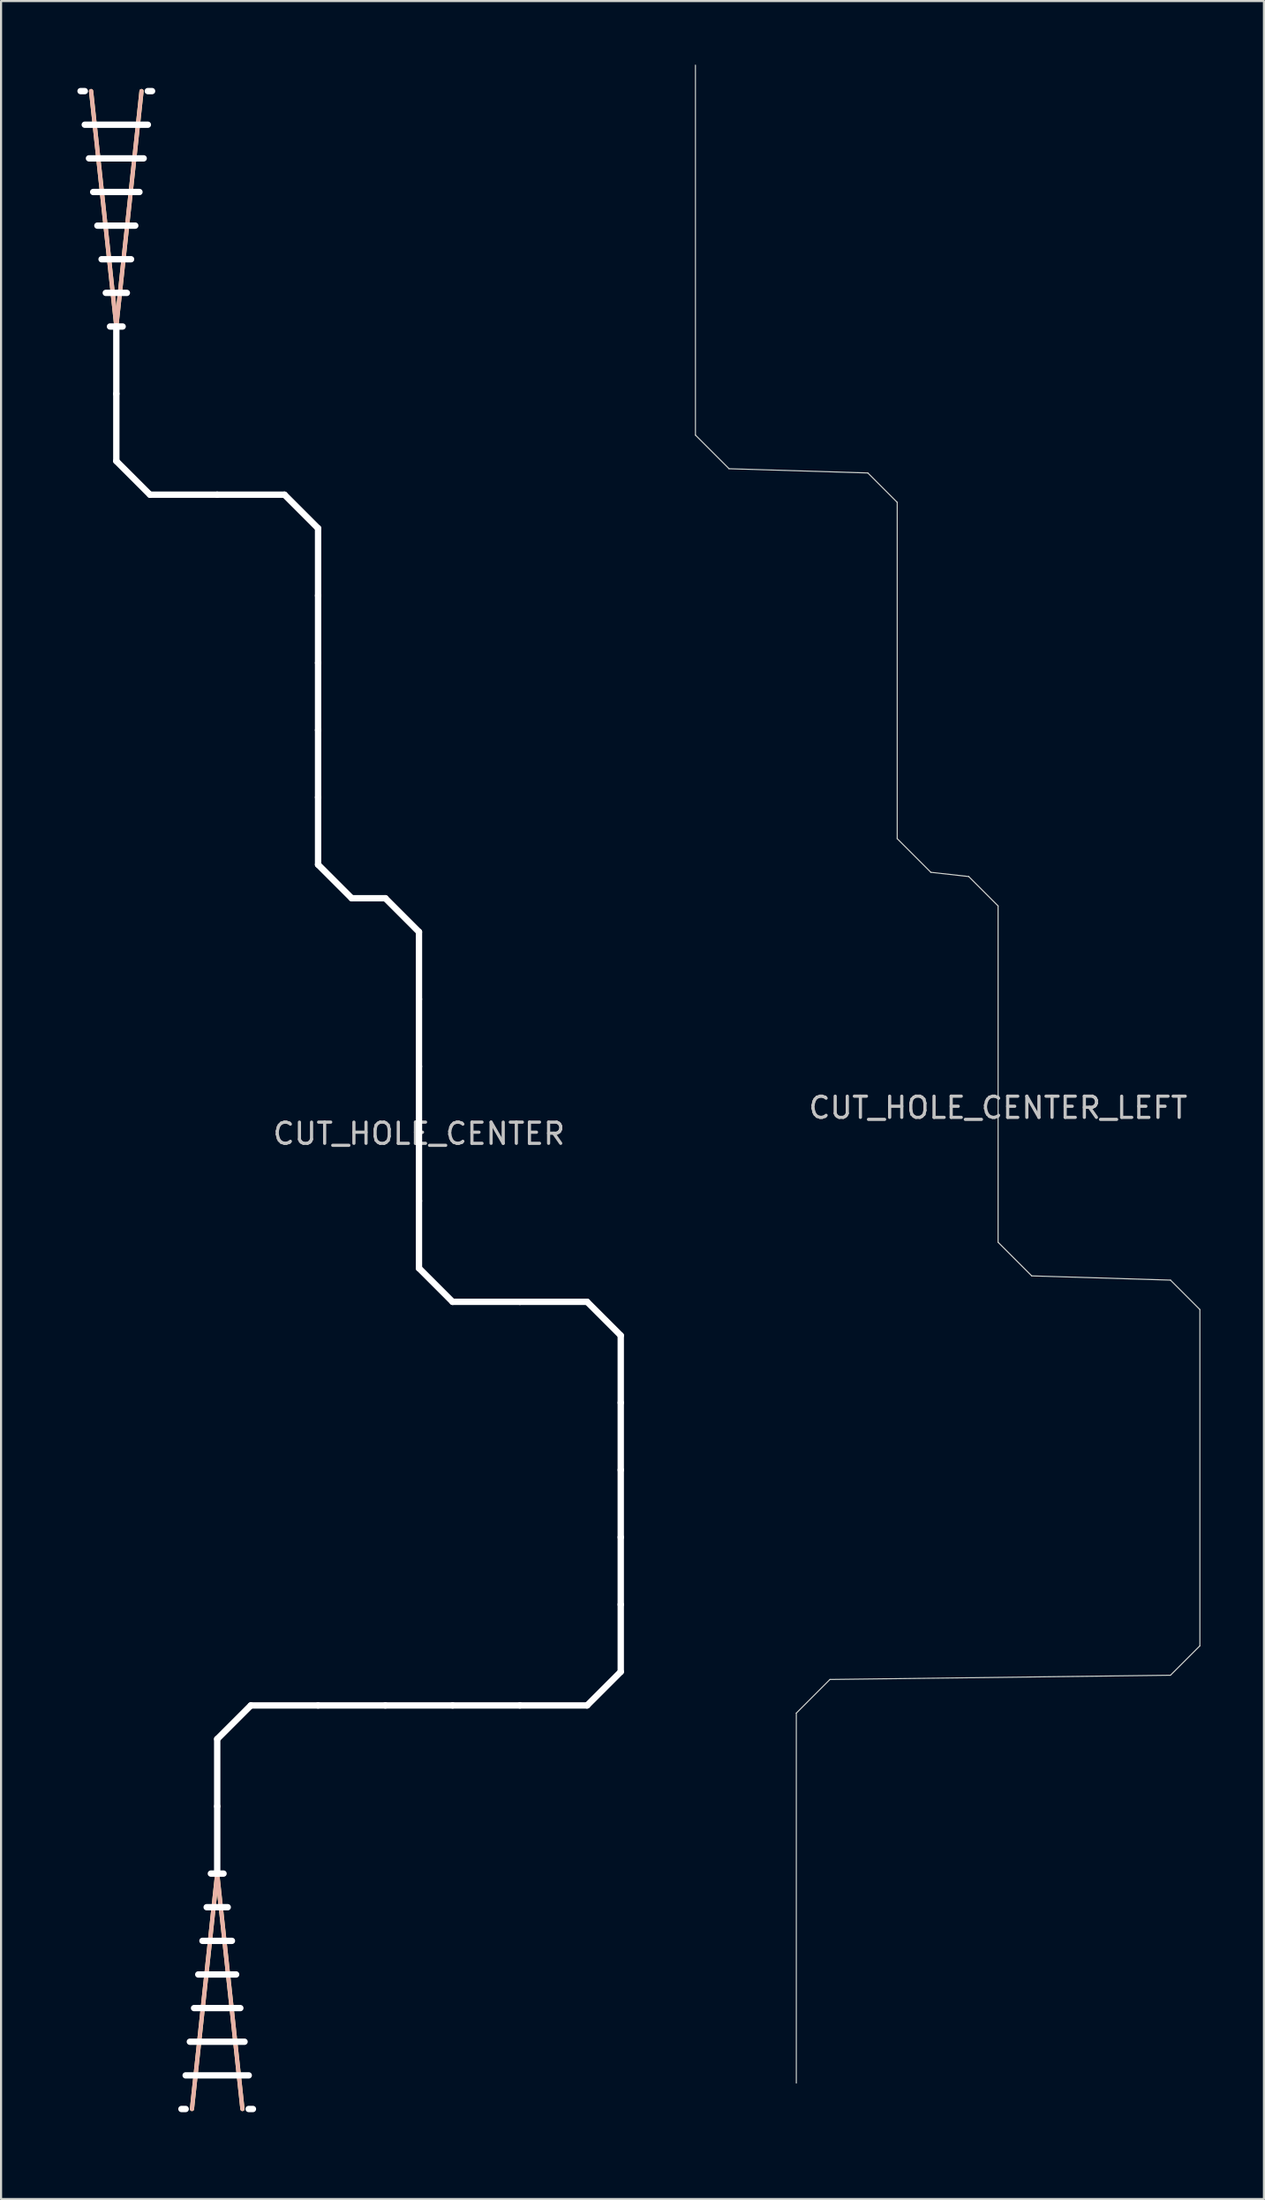
<source format=kicad_pcb>
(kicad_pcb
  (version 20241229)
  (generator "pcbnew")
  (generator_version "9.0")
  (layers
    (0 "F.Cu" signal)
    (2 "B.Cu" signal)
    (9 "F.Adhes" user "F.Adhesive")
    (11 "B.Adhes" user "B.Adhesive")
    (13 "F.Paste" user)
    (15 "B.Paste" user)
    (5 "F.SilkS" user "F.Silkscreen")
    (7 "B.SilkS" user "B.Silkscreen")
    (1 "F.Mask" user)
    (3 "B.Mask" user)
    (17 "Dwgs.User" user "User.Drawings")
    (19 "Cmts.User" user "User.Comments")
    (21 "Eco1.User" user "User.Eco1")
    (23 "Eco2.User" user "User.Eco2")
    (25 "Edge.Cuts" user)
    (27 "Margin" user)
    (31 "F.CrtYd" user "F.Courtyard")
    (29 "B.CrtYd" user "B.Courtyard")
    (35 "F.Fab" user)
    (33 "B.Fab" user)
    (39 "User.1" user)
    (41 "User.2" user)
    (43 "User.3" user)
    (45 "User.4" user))
  (footprint "CUT_HOLE_CENTER_LEFT"
    (layer "F.Cu")
    (at 44.066 47.65)
    (property "Reference" "CUT_HOLE_CENTER_LEFT" (at 0 1.587 0) (layer "Dwgs.User") (effects (font (size 1 1) (thickness 0.15))))
    (attr through_hole)
    (fp_line (start -14.287 -47.625) (end -14.287 -30.163) (stroke (width 0.05) (type solid)) (layer "Edge.Cuts"))
    (fp_line (start -14.287 -30.163) (end -12.7 -28.575) (stroke (width 0.05) (type solid)) (layer "Edge.Cuts"))
    (fp_line (start -12.7 -28.575) (end -6.149 -28.375) (stroke (width 0.05) (type solid)) (layer "Edge.Cuts"))
    (fp_line (start -9.525 30.163) (end -9.525 47.625) (stroke (width 0.05) (type solid)) (layer "Edge.Cuts"))
    (fp_line (start -9.525 30.163) (end -7.938 28.575) (stroke (width 0.05) (type solid)) (layer "Edge.Cuts"))
    (fp_line (start -6.149 -28.375) (end -4.763 -26.988) (stroke (width 0.05) (type solid)) (layer "Edge.Cuts"))
    (fp_line (start -4.763 -26.988) (end -4.763 -11.113) (stroke (width 0.05) (type solid)) (layer "Edge.Cuts"))
    (fp_line (start -4.763 -11.113) (end -3.175 -9.525) (stroke (width 0.05) (type solid)) (layer "Edge.Cuts"))
    (fp_line (start -3.175 -9.525) (end -1.387 -9.325) (stroke (width 0.05) (type solid)) (layer "Edge.Cuts"))
    (fp_line (start -1.387 -9.325) (end 0 -7.938) (stroke (width 0.05) (type solid)) (layer "Edge.Cuts"))
    (fp_line (start 0 -7.938) (end 0 7.938) (stroke (width 0.05) (type solid)) (layer "Edge.Cuts"))
    (fp_line (start 0 7.938) (end 1.587 9.525) (stroke (width 0.05) (type solid)) (layer "Edge.Cuts"))
    (fp_line (start 1.587 9.525) (end 8.138 9.725) (stroke (width 0.05) (type solid)) (layer "Edge.Cuts"))
    (fp_line (start 8.137 28.375) (end -7.938 28.575) (stroke (width 0.05) (type solid)) (layer "Edge.Cuts"))
    (fp_line (start 8.137 28.375) (end 9.525 26.988) (stroke (width 0.05) (type solid)) (layer "Edge.Cuts"))
    (fp_line (start 8.138 9.725) (end 9.525 11.113) (stroke (width 0.05) (type solid)) (layer "Edge.Cuts"))
    (fp_line (start 9.525 11.113) (end 9.525 26.988) (stroke (width 0.05) (type solid)) (layer "Edge.Cuts")))
  (footprint "CUT_HOLE_CENTER"
    (layer "F.Cu")
    (at 16.728 48.875)
    (property "Reference" "CUT_HOLE_CENTER" (at 0 1.587 0) (layer "Dwgs.User") (effects (font (size 1 1) (thickness 0.15))))
    (attr through_hole)
    (fp_line (start -14.287 -36.513) (end -15.478 -47.625) (stroke (width 0.2) (type solid)) (layer "F.SilkS"))
    (fp_line (start -14.287 -36.513) (end -13.097 -47.625) (stroke (width 0.2) (type solid)) (layer "F.SilkS"))
    (fp_line (start -9.525 36.513) (end -10.716 47.625) (stroke (width 0.2) (type solid)) (layer "F.SilkS"))
    (fp_line (start -9.525 36.513) (end -8.334 47.625) (stroke (width 0.2) (type solid)) (layer "F.SilkS"))
    (fp_line (start -14.287 -36.513) (end -15.478 -47.625) (stroke (width 0.2) (type solid)) (layer "B.SilkS"))
    (fp_line (start -14.287 -36.513) (end -13.097 -47.625) (stroke (width 0.2) (type solid)) (layer "B.SilkS"))
    (fp_line (start -9.525 36.513) (end -10.716 47.625) (stroke (width 0.2) (type solid)) (layer "B.SilkS"))
    (fp_line (start -9.525 36.513) (end -8.334 47.625) (stroke (width 0.2) (type solid)) (layer "B.SilkS"))
    (fp_line (start -14.287 -36.513) (end -15.478 -47.625) (stroke (width 2.5) (type solid)) (layer "Margin"))
    (fp_line (start -14.287 -36.513) (end -14.287 -30.163) (stroke (width 1) (type solid)) (layer "Margin"))
    (fp_line (start -14.287 -36.513) (end -13.097 -47.625) (stroke (width 2.5) (type solid)) (layer "Margin"))
    (fp_line (start -12.7 -28.575) (end -14.287 -30.163) (stroke (width 1) (type solid)) (layer "Margin"))
    (fp_line (start -9.525 30.163) (end -9.525 36.513) (stroke (width 1) (type solid)) (layer "Margin"))
    (fp_line (start -9.525 30.163) (end -7.938 28.575) (stroke (width 1) (type solid)) (layer "Margin"))
    (fp_line (start -9.525 36.513) (end -10.716 47.625) (stroke (width 2.5) (type solid)) (layer "Margin"))
    (fp_line (start -9.525 36.513) (end -8.334 47.625) (stroke (width 2.5) (type solid)) (layer "Margin"))
    (fp_line (start -6.35 -28.575) (end -12.7 -28.575) (stroke (width 1) (type solid)) (layer "Margin"))
    (fp_line (start -4.763 -26.988) (end -6.35 -28.575) (stroke (width 1) (type solid)) (layer "Margin"))
    (fp_line (start -4.763 -26.988) (end -4.763 -11.113) (stroke (width 1) (type solid)) (layer "Margin"))
    (fp_line (start -3.175 -9.525) (end -4.763 -11.113) (stroke (width 1) (type solid)) (layer "Margin"))
    (fp_line (start -3.175 -9.525) (end -1.587 -9.525) (stroke (width 1) (type solid)) (layer "Margin"))
    (fp_line (start 0 -7.938) (end -1.587 -9.525) (stroke (width 1) (type solid)) (layer "Margin"))
    (fp_line (start 0 -7.938) (end 0 7.938) (stroke (width 1) (type solid)) (layer "Margin"))
    (fp_line (start 1.587 9.525) (end 0 7.938) (stroke (width 1) (type solid)) (layer "Margin"))
    (fp_line (start 1.587 9.525) (end 7.938 9.525) (stroke (width 1) (type solid)) (layer "Margin"))
    (fp_line (start 7.938 28.575) (end -7.938 28.575) (stroke (width 1) (type solid)) (layer "Margin"))
    (fp_line (start 7.938 28.575) (end 9.525 26.988) (stroke (width 1) (type solid)) (layer "Margin"))
    (fp_line (start 9.525 11.113) (end 7.938 9.525) (stroke (width 1) (type solid)) (layer "Margin"))
    (fp_line (start 9.525 11.113) (end 9.525 26.988) (stroke (width 1) (type solid)) (layer "Margin"))
    (pad "" np_thru_hole oval (at -15.875 -47.625 180) (size 0.5 0.3) (drill oval 0.5 0.3) (layers "*.Cu" "*.Mask"))
    (pad "" np_thru_hole oval (at -14.287 -46.038 180) (size 3.278 0.3) (drill oval 3.278 0.3) (layers "*.Cu" "*.Mask"))
    (pad "" np_thru_hole oval (at -14.287 -44.45 180) (size 2.881 0.3) (drill oval 2.881 0.3) (layers "*.Cu" "*.Mask"))
    (pad "" np_thru_hole oval (at -14.287 -42.862 180) (size 2.484 0.3) (drill oval 2.484 0.3) (layers "*.Cu" "*.Mask"))
    (pad "" np_thru_hole oval (at -14.287 -41.275 180) (size 2.087 0.3) (drill oval 2.087 0.3) (layers "*.Cu" "*.Mask"))
    (pad "" np_thru_hole oval (at -14.287 -39.688 180) (size 1.691 0.3) (drill oval 1.691 0.3) (layers "*.Cu" "*.Mask"))
    (pad "" np_thru_hole oval (at -14.287 -38.1 180) (size 1.294 0.3) (drill oval 1.294 0.3) (layers "*.Cu" "*.Mask"))
    (pad "" np_thru_hole oval (at -14.287 -36.513 180) (size 0.897 0.3) (drill oval 0.897 0.3) (layers "*.Cu" "*.Mask"))
    (pad "" np_thru_hole oval (at -14.287 -34.925) (size 0.3 3.475) (drill oval 0.3 3.475) (layers "*.Cu" "*.Mask"))
    (pad "" np_thru_hole oval (at -14.287 -31.75) (size 0.3 3.475) (drill oval 0.3 3.475) (layers "*.Cu" "*.Mask"))
    (pad "" np_thru_hole oval (at -13.494 -29.369 45) (size 0.3 2.545) (drill oval 0.3 2.545) (layers "*.Cu" "*.Mask"))
    (pad "" np_thru_hole oval (at -12.7 -47.625 180) (size 0.5 0.3) (drill oval 0.5 0.3) (layers "*.Cu" "*.Mask"))
    (pad "" np_thru_hole oval (at -11.113 -28.575 90) (size 0.3 3.475) (drill oval 0.3 3.475) (layers "*.Cu" "*.Mask"))
    (pad "" np_thru_hole oval (at -11.113 47.625) (size 0.5 0.3) (drill oval 0.5 0.3) (layers "*.Cu" "*.Mask"))
    (pad "" np_thru_hole oval (at -9.525 31.75 180) (size 0.3 3.475) (drill oval 0.3 3.475) (layers "*.Cu" "*.Mask"))
    (pad "" np_thru_hole oval (at -9.525 34.925 180) (size 0.3 3.475) (drill oval 0.3 3.475) (layers "*.Cu" "*.Mask"))
    (pad "" np_thru_hole oval (at -9.525 36.513) (size 0.897 0.3) (drill oval 0.897 0.3) (layers "*.Cu" "*.Mask"))
    (pad "" np_thru_hole oval (at -9.525 38.1) (size 1.294 0.3) (drill oval 1.294 0.3) (layers "*.Cu" "*.Mask"))
    (pad "" np_thru_hole oval (at -9.525 39.688) (size 1.691 0.3) (drill oval 1.691 0.3) (layers "*.Cu" "*.Mask"))
    (pad "" np_thru_hole oval (at -9.525 41.275) (size 2.087 0.3) (drill oval 2.087 0.3) (layers "*.Cu" "*.Mask"))
    (pad "" np_thru_hole oval (at -9.525 42.862) (size 2.484 0.3) (drill oval 2.484 0.3) (layers "*.Cu" "*.Mask"))
    (pad "" np_thru_hole oval (at -9.525 44.45) (size 2.881 0.3) (drill oval 2.881 0.3) (layers "*.Cu" "*.Mask"))
    (pad "" np_thru_hole oval (at -9.525 46.038) (size 3.278 0.3) (drill oval 3.278 0.3) (layers "*.Cu" "*.Mask"))
    (pad "" np_thru_hole oval (at -8.731 29.369 315) (size 0.3 2.545) (drill oval 0.3 2.545) (layers "*.Cu" "*.Mask"))
    (pad "" np_thru_hole oval (at -7.938 -28.575 90) (size 0.3 3.475) (drill oval 0.3 3.475) (layers "*.Cu" "*.Mask"))
    (pad "" np_thru_hole oval (at -7.938 47.625) (size 0.5 0.3) (drill oval 0.5 0.3) (layers "*.Cu" "*.Mask"))
    (pad "" np_thru_hole oval (at -6.35 28.575 90) (size 0.3 3.475) (drill oval 0.3 3.475) (layers "*.Cu" "*.Mask"))
    (pad "" np_thru_hole oval (at -5.556 -27.781 45) (size 0.3 2.545) (drill oval 0.3 2.545) (layers "*.Cu" "*.Mask"))
    (pad "" np_thru_hole oval (at -4.763 -25.4 180) (size 0.3 3.475) (drill oval 0.3 3.475) (layers "*.Cu" "*.Mask"))
    (pad "" np_thru_hole oval (at -4.763 -22.225 180) (size 0.3 3.475) (drill oval 0.3 3.475) (layers "*.Cu" "*.Mask"))
    (pad "" np_thru_hole oval (at -4.763 -19.05 180) (size 0.3 3.475) (drill oval 0.3 3.475) (layers "*.Cu" "*.Mask"))
    (pad "" np_thru_hole oval (at -4.763 -15.875 180) (size 0.3 3.475) (drill oval 0.3 3.475) (layers "*.Cu" "*.Mask"))
    (pad "" np_thru_hole oval (at -4.763 -12.7 180) (size 0.3 3.475) (drill oval 0.3 3.475) (layers "*.Cu" "*.Mask"))
    (pad "" np_thru_hole oval (at -3.969 -10.319 45) (size 0.3 2.545) (drill oval 0.3 2.545) (layers "*.Cu" "*.Mask"))
    (pad "" np_thru_hole oval (at -3.175 28.575 90) (size 0.3 3.475) (drill oval 0.3 3.475) (layers "*.Cu" "*.Mask"))
    (pad "" np_thru_hole oval (at -2.381 -9.525 90) (size 0.3 1.887) (drill oval 0.3 1.887) (layers "*.Cu" "*.Mask"))
    (pad "" np_thru_hole oval (at -0.794 -8.731 45) (size 0.3 2.545) (drill oval 0.3 2.545) (layers "*.Cu" "*.Mask"))
    (pad "" np_thru_hole oval (at 0 -6.35 180) (size 0.3 3.475) (drill oval 0.3 3.475) (layers "*.Cu" "*.Mask"))
    (pad "" np_thru_hole oval (at 0 -3.175 180) (size 0.3 3.475) (drill oval 0.3 3.475) (layers "*.Cu" "*.Mask"))
    (pad "" np_thru_hole oval (at 0 0 180) (size 0.3 3.475) (drill oval 0.3 3.475) (layers "*.Cu" "*.Mask"))
    (pad "" np_thru_hole oval (at 0 3.175 180) (size 0.3 3.475) (drill oval 0.3 3.475) (layers "*.Cu" "*.Mask"))
    (pad "" np_thru_hole oval (at 0 6.35 180) (size 0.3 3.475) (drill oval 0.3 3.475) (layers "*.Cu" "*.Mask"))
    (pad "" np_thru_hole oval (at 0 28.575 90) (size 0.3 3.475) (drill oval 0.3 3.475) (layers "*.Cu" "*.Mask"))
    (pad "" np_thru_hole oval (at 0.794 8.731 45) (size 0.3 2.545) (drill oval 0.3 2.545) (layers "*.Cu" "*.Mask"))
    (pad "" np_thru_hole oval (at 3.175 9.525 270) (size 0.3 3.475) (drill oval 0.3 3.475) (layers "*.Cu" "*.Mask"))
    (pad "" np_thru_hole oval (at 3.175 28.575 90) (size 0.3 3.475) (drill oval 0.3 3.475) (layers "*.Cu" "*.Mask"))
    (pad "" np_thru_hole oval (at 6.35 9.525 270) (size 0.3 3.475) (drill oval 0.3 3.475) (layers "*.Cu" "*.Mask"))
    (pad "" np_thru_hole oval (at 6.35 28.575 90) (size 0.3 3.475) (drill oval 0.3 3.475) (layers "*.Cu" "*.Mask"))
    (pad "" np_thru_hole oval (at 8.731 10.319 225) (size 0.3 2.545) (drill oval 0.3 2.545) (layers "*.Cu" "*.Mask"))
    (pad "" np_thru_hole oval (at 8.731 27.781 315) (size 0.3 2.545) (drill oval 0.3 2.545) (layers "*.Cu" "*.Mask"))
    (pad "" np_thru_hole oval (at 9.525 12.7) (size 0.3 3.475) (drill oval 0.3 3.475) (layers "*.Cu" "*.Mask"))
    (pad "" np_thru_hole oval (at 9.525 15.875) (size 0.3 3.475) (drill oval 0.3 3.475) (layers "*.Cu" "*.Mask"))
    (pad "" np_thru_hole oval (at 9.525 19.05) (size 0.3 3.475) (drill oval 0.3 3.475) (layers "*.Cu" "*.Mask"))
    (pad "" np_thru_hole oval (at 9.525 22.225) (size 0.3 3.475) (drill oval 0.3 3.475) (layers "*.Cu" "*.Mask"))
    (pad "" np_thru_hole oval (at 9.525 25.4) (size 0.3 3.475) (drill oval 0.3 3.475) (layers "*.Cu" "*.Mask")))
  (gr_rect
    (start -3 -3)
    (end 56.616 100.75)
    (stroke (width 0.1) (type default))
    (fill no)
    (layer "Edge.Cuts")))
</source>
